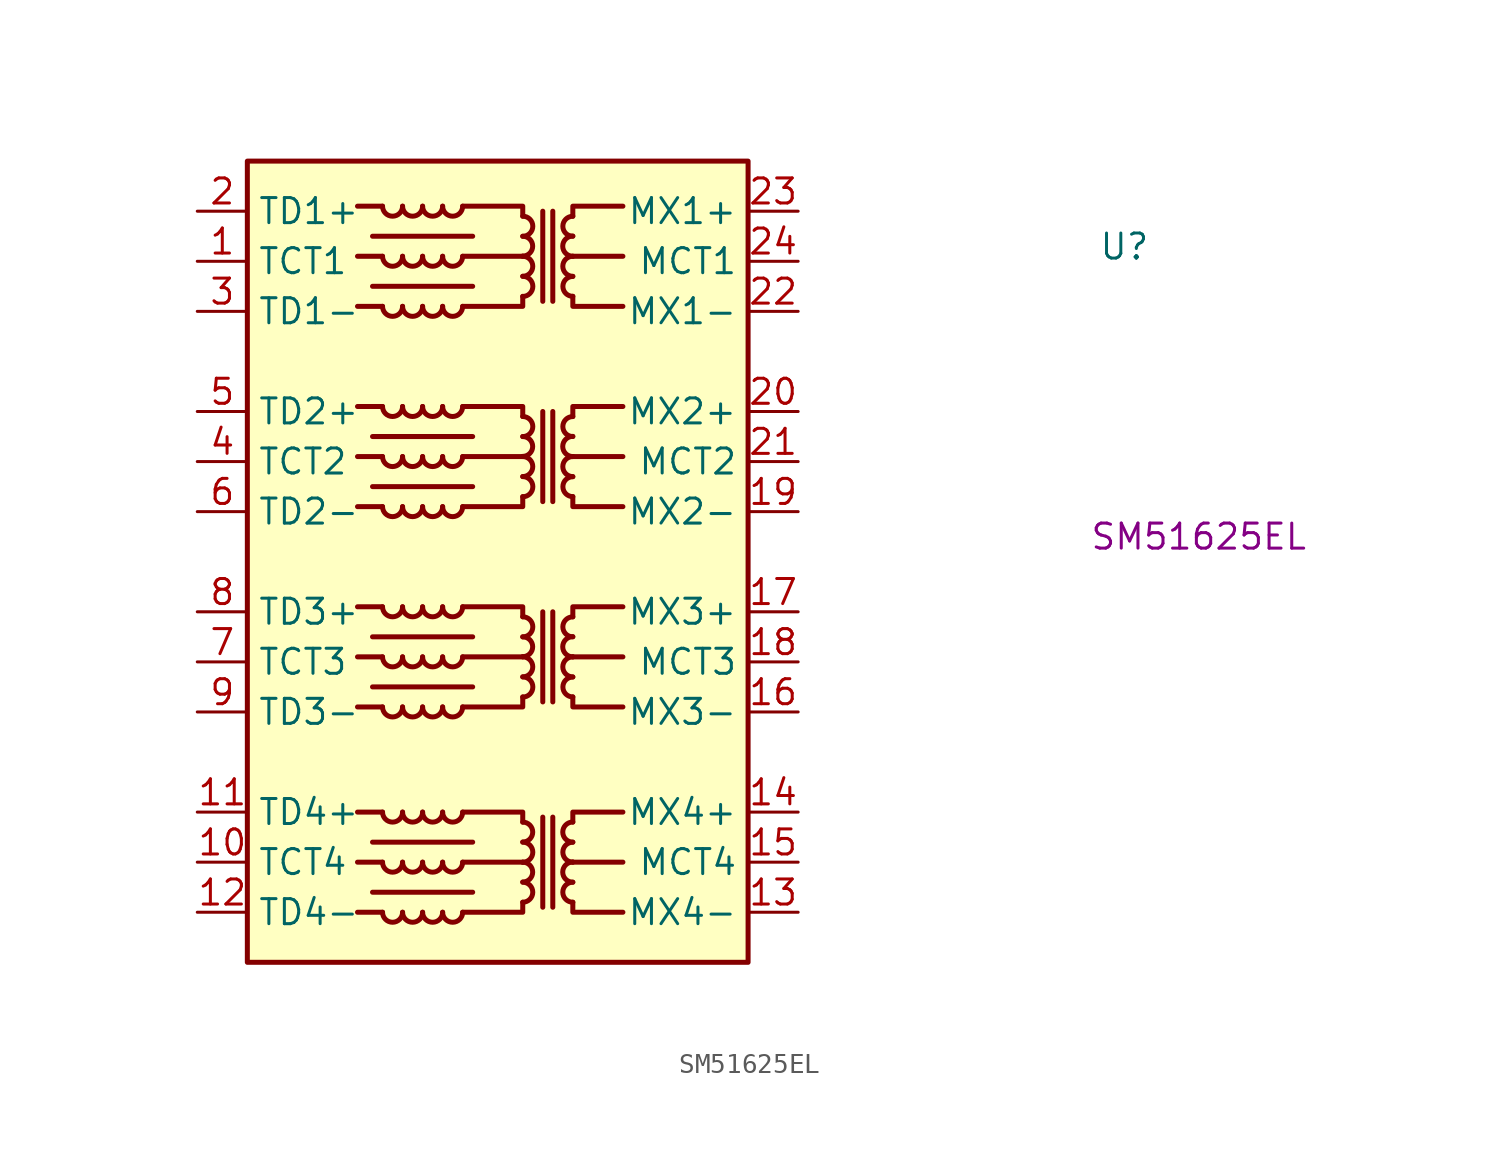
<source format=kicad_sym>
(kicad_symbol_lib
  (version 20220914)
  (generator kicad_symbol_editor)
  (symbol "SM51625EL"
    (property "Reference" "U"
      (at 45.72 -2.54 0)
      (effects (font (size 1.27 1.27) (thickness 0.15)) (justify left bottom)))
    (property "MPN" "SM51625EL"
      (at 50.8 -16.51 0)
      (effects (font (size 1.27 1.27))))
    (symbol "SM51625EL_1_1"
      (polyline (pts (xy 8.89 -34.544) (xy 13.97 -34.544)) (stroke (width 0.254) (type default)) (fill (type background)))
      (polyline (pts (xy 8.89 -32.004) (xy 13.97 -32.004)) (stroke (width 0.254) (type default)) (fill (type background)))
      (polyline (pts (xy 8.89 -24.13) (xy 13.97 -24.13)) (stroke (width 0.254) (type default)) (fill (type background)))
      (polyline (pts (xy 8.89 -21.59) (xy 13.97 -21.59)) (stroke (width 0.254) (type default)) (fill (type background)))
      (polyline (pts (xy 8.89 -13.97) (xy 13.97 -13.97)) (stroke (width 0.254) (type default)) (fill (type background)))
      (polyline (pts (xy 8.89 -11.43) (xy 13.97 -11.43)) (stroke (width 0.254) (type default)) (fill (type background)))
      (polyline (pts (xy 8.89 -3.81) (xy 13.97 -3.81)) (stroke (width 0.254) (type default)) (fill (type background)))
      (polyline (pts (xy 8.89 -1.27) (xy 13.97 -1.27)) (stroke (width 0.254) (type default)) (fill (type background)))
      (polyline (pts (xy 9.398 -35.56) (xy 8.128 -35.56)) (stroke (width 0.254) (type default)) (fill (type background)))
      (polyline (pts (xy 9.398 -33.02) (xy 8.128 -33.02)) (stroke (width 0.254) (type default)) (fill (type background)))
      (polyline (pts (xy 9.398 -30.48) (xy 8.128 -30.48)) (stroke (width 0.254) (type default)) (fill (type background)))
      (polyline (pts (xy 9.398 -25.146) (xy 8.128 -25.146)) (stroke (width 0.254) (type default)) (fill (type background)))
      (polyline (pts (xy 9.398 -22.606) (xy 8.128 -22.606)) (stroke (width 0.254) (type default)) (fill (type background)))
      (polyline (pts (xy 9.398 -20.066) (xy 8.128 -20.066)) (stroke (width 0.254) (type default)) (fill (type background)))
      (polyline (pts (xy 9.398 -14.986) (xy 8.128 -14.986)) (stroke (width 0.254) (type default)) (fill (type background)))
      (polyline (pts (xy 9.398 -12.446) (xy 8.128 -12.446)) (stroke (width 0.254) (type default)) (fill (type background)))
      (polyline (pts (xy 9.398 -9.906) (xy 8.128 -9.906)) (stroke (width 0.254) (type default)) (fill (type background)))
      (polyline (pts (xy 9.398 -4.826) (xy 8.128 -4.826)) (stroke (width 0.254) (type default)) (fill (type background)))
      (polyline (pts (xy 9.398 -2.286) (xy 8.128 -2.286)) (stroke (width 0.254) (type default)) (fill (type background)))
      (polyline (pts (xy 9.398 0.254) (xy 8.128 0.254)) (stroke (width 0.254) (type default)) (fill (type background)))
      (polyline (pts (xy 13.462 -33.02) (xy 16.51 -33.02)) (stroke (width 0.254) (type default)) (fill (type background)))
      (polyline (pts (xy 13.462 -22.606) (xy 16.51 -22.606)) (stroke (width 0.254) (type default)) (fill (type background)))
      (polyline (pts (xy 13.462 -12.446) (xy 16.51 -12.446)) (stroke (width 0.254) (type default)) (fill (type background)))
      (polyline (pts (xy 13.462 -2.286) (xy 16.51 -2.286)) (stroke (width 0.254) (type default)) (fill (type background)))
      (polyline (pts (xy 17.526 -30.734) (xy 17.526 -35.306)) (stroke (width 0.254) (type default)) (fill (type background)))
      (polyline (pts (xy 17.526 -20.32) (xy 17.526 -24.892)) (stroke (width 0.254) (type default)) (fill (type background)))
      (polyline (pts (xy 17.526 -10.16) (xy 17.526 -14.732)) (stroke (width 0.254) (type default)) (fill (type background)))
      (polyline (pts (xy 17.526 0) (xy 17.526 -4.572)) (stroke (width 0.254) (type default)) (fill (type background)))
      (polyline (pts (xy 18.034 -30.734) (xy 18.034 -35.306)) (stroke (width 0.254) (type default)) (fill (type background)))
      (polyline (pts (xy 18.034 -20.32) (xy 18.034 -24.892)) (stroke (width 0.254) (type default)) (fill (type background)))
      (polyline (pts (xy 18.034 -10.16) (xy 18.034 -14.732)) (stroke (width 0.254) (type default)) (fill (type background)))
      (polyline (pts (xy 18.034 0) (xy 18.034 -4.572)) (stroke (width 0.254) (type default)) (fill (type background)))
      (polyline (pts (xy 19.05 -33.02) (xy 21.59 -33.02)) (stroke (width 0.254) (type default)) (fill (type background)))
      (polyline (pts (xy 19.05 -22.606) (xy 21.59 -22.606)) (stroke (width 0.254) (type default)) (fill (type background)))
      (polyline (pts (xy 19.05 -12.446) (xy 21.59 -12.446)) (stroke (width 0.254) (type default)) (fill (type background)))
      (polyline (pts (xy 19.05 -2.286) (xy 21.59 -2.286)) (stroke (width 0.254) (type default)) (fill (type background)))
      (polyline (pts (xy 13.462 -35.56) (xy 16.51 -35.56) (xy 16.51 -35.052)) (stroke (width 0.254) (type default)) (fill (type background)))
      (polyline (pts (xy 13.462 -30.48) (xy 16.51 -30.48) (xy 16.51 -30.988)) (stroke (width 0.254) (type default)) (fill (type background)))
      (polyline (pts (xy 13.462 -25.146) (xy 16.51 -25.146) (xy 16.51 -24.638)) (stroke (width 0.254) (type default)) (fill (type background)))
      (polyline (pts (xy 13.462 -20.066) (xy 16.51 -20.066) (xy 16.51 -20.574)) (stroke (width 0.254) (type default)) (fill (type background)))
      (polyline (pts (xy 13.462 -14.986) (xy 16.51 -14.986) (xy 16.51 -14.478)) (stroke (width 0.254) (type default)) (fill (type background)))
      (polyline (pts (xy 13.462 -9.906) (xy 16.51 -9.906) (xy 16.51 -10.414)) (stroke (width 0.254) (type default)) (fill (type background)))
      (polyline (pts (xy 13.462 -4.826) (xy 16.51 -4.826) (xy 16.51 -4.318)) (stroke (width 0.254) (type default)) (fill (type background)))
      (polyline (pts (xy 13.462 0.254) (xy 16.51 0.254) (xy 16.51 -0.254)) (stroke (width 0.254) (type default)) (fill (type background)))
      (polyline (pts (xy 21.59 -35.56) (xy 19.05 -35.56) (xy 19.05 -35.052)) (stroke (width 0.254) (type default)) (fill (type background)))
      (polyline (pts (xy 21.59 -30.48) (xy 19.05 -30.48) (xy 19.05 -30.988)) (stroke (width 0.254) (type default)) (fill (type background)))
      (polyline (pts (xy 21.59 -25.146) (xy 19.05 -25.146) (xy 19.05 -24.638)) (stroke (width 0.254) (type default)) (fill (type background)))
      (polyline (pts (xy 21.59 -20.066) (xy 19.05 -20.066) (xy 19.05 -20.574)) (stroke (width 0.254) (type default)) (fill (type background)))
      (polyline (pts (xy 21.59 -14.986) (xy 19.05 -14.986) (xy 19.05 -14.478)) (stroke (width 0.254) (type default)) (fill (type background)))
      (polyline (pts (xy 21.59 -9.906) (xy 19.05 -9.906) (xy 19.05 -10.414)) (stroke (width 0.254) (type default)) (fill (type background)))
      (polyline (pts (xy 21.59 -4.826) (xy 19.05 -4.826) (xy 19.05 -4.318)) (stroke (width 0.254) (type default)) (fill (type background)))
      (polyline (pts (xy 21.59 0.254) (xy 19.05 0.254) (xy 19.05 -0.254)) (stroke (width 0.254) (type default)) (fill (type background)))
      (rectangle (start 2.54 2.54) (end 27.94 -38.1) (stroke (width 0.254) (type default)) (fill (type background)))
      (arc (start 9.398 -35.56) (mid 9.906 -36.0658) (end 10.414 -35.56) (stroke (width 0.254) (type default)) (fill (type background)))
      (arc (start 9.398 -33.02) (mid 9.906 -33.5258) (end 10.414 -33.02) (stroke (width 0.254) (type default)) (fill (type background)))
      (arc (start 9.398 -30.48) (mid 9.906 -30.9858) (end 10.414 -30.48) (stroke (width 0.254) (type default)) (fill (type background)))
      (arc (start 9.398 -25.146) (mid 9.906 -25.6518) (end 10.414 -25.146) (stroke (width 0.254) (type default)) (fill (type background)))
      (arc (start 9.398 -22.606) (mid 9.906 -23.1118) (end 10.414 -22.606) (stroke (width 0.254) (type default)) (fill (type background)))
      (arc (start 9.398 -20.066) (mid 9.906 -20.5718) (end 10.414 -20.066) (stroke (width 0.254) (type default)) (fill (type background)))
      (arc (start 9.398 -14.986) (mid 9.906 -15.4918) (end 10.414 -14.986) (stroke (width 0.254) (type default)) (fill (type background)))
      (arc (start 9.398 -12.446) (mid 9.906 -12.9518) (end 10.414 -12.446) (stroke (width 0.254) (type default)) (fill (type background)))
      (arc (start 9.398 -9.906) (mid 9.906 -10.4118) (end 10.414 -9.906) (stroke (width 0.254) (type default)) (fill (type background)))
      (arc (start 9.398 -4.826) (mid 9.906 -5.3318) (end 10.414 -4.826) (stroke (width 0.254) (type default)) (fill (type background)))
      (arc (start 9.398 -2.286) (mid 9.906 -2.7918) (end 10.414 -2.286) (stroke (width 0.254) (type default)) (fill (type background)))
      (arc (start 9.398 0.254) (mid 9.906 -0.2518) (end 10.414 0.254) (stroke (width 0.254) (type default)) (fill (type background)))
      (arc (start 10.414 -35.56) (mid 10.922 -36.0658) (end 11.43 -35.56) (stroke (width 0.254) (type default)) (fill (type background)))
      (arc (start 10.414 -33.02) (mid 10.922 -33.5258) (end 11.43 -33.02) (stroke (width 0.254) (type default)) (fill (type background)))
      (arc (start 10.414 -30.48) (mid 10.922 -30.9858) (end 11.43 -30.48) (stroke (width 0.254) (type default)) (fill (type background)))
      (arc (start 10.414 -25.146) (mid 10.922 -25.6518) (end 11.43 -25.146) (stroke (width 0.254) (type default)) (fill (type background)))
      (arc (start 10.414 -22.606) (mid 10.922 -23.1118) (end 11.43 -22.606) (stroke (width 0.254) (type default)) (fill (type background)))
      (arc (start 10.414 -20.066) (mid 10.922 -20.5718) (end 11.43 -20.066) (stroke (width 0.254) (type default)) (fill (type background)))
      (arc (start 10.414 -14.986) (mid 10.922 -15.4918) (end 11.43 -14.986) (stroke (width 0.254) (type default)) (fill (type background)))
      (arc (start 10.414 -12.446) (mid 10.922 -12.9518) (end 11.43 -12.446) (stroke (width 0.254) (type default)) (fill (type background)))
      (arc (start 10.414 -9.906) (mid 10.922 -10.4118) (end 11.43 -9.906) (stroke (width 0.254) (type default)) (fill (type background)))
      (arc (start 10.414 -4.826) (mid 10.922 -5.3318) (end 11.43 -4.826) (stroke (width 0.254) (type default)) (fill (type background)))
      (arc (start 10.414 -2.286) (mid 10.922 -2.7918) (end 11.43 -2.286) (stroke (width 0.254) (type default)) (fill (type background)))
      (arc (start 10.414 0.254) (mid 10.922 -0.2518) (end 11.43 0.254) (stroke (width 0.254) (type default)) (fill (type background)))
      (arc (start 11.43 -35.56) (mid 11.938 -36.0658) (end 12.446 -35.56) (stroke (width 0.254) (type default)) (fill (type background)))
      (arc (start 11.43 -33.02) (mid 11.938 -33.5258) (end 12.446 -33.02) (stroke (width 0.254) (type default)) (fill (type background)))
      (arc (start 11.43 -30.48) (mid 11.938 -30.9858) (end 12.446 -30.48) (stroke (width 0.254) (type default)) (fill (type background)))
      (arc (start 11.43 -25.146) (mid 11.938 -25.6518) (end 12.446 -25.146) (stroke (width 0.254) (type default)) (fill (type background)))
      (arc (start 11.43 -22.606) (mid 11.938 -23.1118) (end 12.446 -22.606) (stroke (width 0.254) (type default)) (fill (type background)))
      (arc (start 11.43 -20.066) (mid 11.938 -20.5718) (end 12.446 -20.066) (stroke (width 0.254) (type default)) (fill (type background)))
      (arc (start 11.43 -14.986) (mid 11.938 -15.4918) (end 12.446 -14.986) (stroke (width 0.254) (type default)) (fill (type background)))
      (arc (start 11.43 -12.446) (mid 11.938 -12.9518) (end 12.446 -12.446) (stroke (width 0.254) (type default)) (fill (type background)))
      (arc (start 11.43 -9.906) (mid 11.938 -10.4118) (end 12.446 -9.906) (stroke (width 0.254) (type default)) (fill (type background)))
      (arc (start 11.43 -4.826) (mid 11.938 -5.3318) (end 12.446 -4.826) (stroke (width 0.254) (type default)) (fill (type background)))
      (arc (start 11.43 -2.286) (mid 11.938 -2.7918) (end 12.446 -2.286) (stroke (width 0.254) (type default)) (fill (type background)))
      (arc (start 11.43 0.254) (mid 11.938 -0.2518) (end 12.446 0.254) (stroke (width 0.254) (type default)) (fill (type background)))
      (arc (start 12.446 -35.56) (mid 12.954 -36.0658) (end 13.462 -35.56) (stroke (width 0.254) (type default)) (fill (type background)))
      (arc (start 12.446 -33.02) (mid 12.954 -33.5258) (end 13.462 -33.02) (stroke (width 0.254) (type default)) (fill (type background)))
      (arc (start 12.446 -30.48) (mid 12.954 -30.9858) (end 13.462 -30.48) (stroke (width 0.254) (type default)) (fill (type background)))
      (arc (start 12.446 -25.146) (mid 12.954 -25.6518) (end 13.462 -25.146) (stroke (width 0.254) (type default)) (fill (type background)))
      (arc (start 12.446 -22.606) (mid 12.954 -23.1118) (end 13.462 -22.606) (stroke (width 0.254) (type default)) (fill (type background)))
      (arc (start 12.446 -20.066) (mid 12.954 -20.5718) (end 13.462 -20.066) (stroke (width 0.254) (type default)) (fill (type background)))
      (arc (start 12.446 -14.986) (mid 12.954 -15.4918) (end 13.462 -14.986) (stroke (width 0.254) (type default)) (fill (type background)))
      (arc (start 12.446 -12.446) (mid 12.954 -12.9518) (end 13.462 -12.446) (stroke (width 0.254) (type default)) (fill (type background)))
      (arc (start 12.446 -9.906) (mid 12.954 -10.4118) (end 13.462 -9.906) (stroke (width 0.254) (type default)) (fill (type background)))
      (arc (start 12.446 -4.826) (mid 12.954 -5.3318) (end 13.462 -4.826) (stroke (width 0.254) (type default)) (fill (type background)))
      (arc (start 12.446 -2.286) (mid 12.954 -2.7918) (end 13.462 -2.286) (stroke (width 0.254) (type default)) (fill (type background)))
      (arc (start 12.446 0.254) (mid 12.954 -0.2518) (end 13.462 0.254) (stroke (width 0.254) (type default)) (fill (type background)))
      (arc (start 16.51 -35.052) (mid 17.0158 -34.544) (end 16.51 -34.036) (stroke (width 0.254) (type default)) (fill (type background)))
      (arc (start 16.51 -34.036) (mid 17.0157 -33.528) (end 16.51 -33.02) (stroke (width 0.254) (type default)) (fill (type background)))
      (arc (start 16.51 -33.02) (mid 17.0157 -32.512) (end 16.51 -32.004) (stroke (width 0.254) (type default)) (fill (type background)))
      (arc (start 16.51 -32.004) (mid 17.0158 -31.496) (end 16.51 -30.988) (stroke (width 0.254) (type default)) (fill (type background)))
      (arc (start 16.51 -24.638) (mid 17.0157 -24.13) (end 16.51 -23.622) (stroke (width 0.254) (type default)) (fill (type background)))
      (arc (start 16.51 -23.622) (mid 17.0158 -23.114) (end 16.51 -22.606) (stroke (width 0.254) (type default)) (fill (type background)))
      (arc (start 16.51 -22.606) (mid 17.0157 -22.098) (end 16.51 -21.59) (stroke (width 0.254) (type default)) (fill (type background)))
      (arc (start 16.51 -21.59) (mid 17.0157 -21.082) (end 16.51 -20.574) (stroke (width 0.254) (type default)) (fill (type background)))
      (arc (start 16.51 -14.478) (mid 17.0157 -13.97) (end 16.51 -13.462) (stroke (width 0.254) (type default)) (fill (type background)))
      (arc (start 16.51 -13.462) (mid 17.0158 -12.954) (end 16.51 -12.446) (stroke (width 0.254) (type default)) (fill (type background)))
      (arc (start 16.51 -12.446) (mid 17.0157 -11.938) (end 16.51 -11.43) (stroke (width 0.254) (type default)) (fill (type background)))
      (arc (start 16.51 -11.43) (mid 17.0157 -10.922) (end 16.51 -10.414) (stroke (width 0.254) (type default)) (fill (type background)))
      (arc (start 16.51 -4.318) (mid 17.0157 -3.81) (end 16.51 -3.302) (stroke (width 0.254) (type default)) (fill (type background)))
      (arc (start 16.51 -3.302) (mid 17.0158 -2.794) (end 16.51 -2.286) (stroke (width 0.254) (type default)) (fill (type background)))
      (arc (start 16.51 -2.286) (mid 17.0157 -1.778) (end 16.51 -1.27) (stroke (width 0.254) (type default)) (fill (type background)))
      (arc (start 16.51 -1.27) (mid 17.0157 -0.762) (end 16.51 -0.254) (stroke (width 0.254) (type default)) (fill (type background)))
      (arc (start 19.05 -34.036) (mid 18.5442 -34.544) (end 19.05 -35.052) (stroke (width 0.254) (type default)) (fill (type background)))
      (arc (start 19.05 -33.02) (mid 18.5442 -33.528) (end 19.05 -34.036) (stroke (width 0.254) (type default)) (fill (type background)))
      (arc (start 19.05 -32.004) (mid 18.5442 -32.512) (end 19.05 -33.02) (stroke (width 0.254) (type default)) (fill (type background)))
      (arc (start 19.05 -30.988) (mid 18.5442 -31.496) (end 19.05 -32.004) (stroke (width 0.254) (type default)) (fill (type background)))
      (arc (start 19.05 -23.622) (mid 18.5442 -24.13) (end 19.05 -24.638) (stroke (width 0.254) (type default)) (fill (type background)))
      (arc (start 19.05 -22.606) (mid 18.5442 -23.114) (end 19.05 -23.622) (stroke (width 0.254) (type default)) (fill (type background)))
      (arc (start 19.05 -21.59) (mid 18.5442 -22.098) (end 19.05 -22.606) (stroke (width 0.254) (type default)) (fill (type background)))
      (arc (start 19.05 -20.574) (mid 18.5442 -21.082) (end 19.05 -21.59) (stroke (width 0.254) (type default)) (fill (type background)))
      (arc (start 19.05 -13.462) (mid 18.5442 -13.97) (end 19.05 -14.478) (stroke (width 0.254) (type default)) (fill (type background)))
      (arc (start 19.05 -12.446) (mid 18.5442 -12.954) (end 19.05 -13.462) (stroke (width 0.254) (type default)) (fill (type background)))
      (arc (start 19.05 -11.43) (mid 18.5442 -11.938) (end 19.05 -12.446) (stroke (width 0.254) (type default)) (fill (type background)))
      (arc (start 19.05 -10.414) (mid 18.5442 -10.922) (end 19.05 -11.43) (stroke (width 0.254) (type default)) (fill (type background)))
      (arc (start 19.05 -3.302) (mid 18.5442 -3.81) (end 19.05 -4.318) (stroke (width 0.254) (type default)) (fill (type background)))
      (arc (start 19.05 -2.286) (mid 18.5442 -2.794) (end 19.05 -3.302) (stroke (width 0.254) (type default)) (fill (type background)))
      (arc (start 19.05 -1.27) (mid 18.5442 -1.778) (end 19.05 -2.286) (stroke (width 0.254) (type default)) (fill (type background)))
      (arc (start 19.05 -0.254) (mid 18.5442 -0.762) (end 19.05 -1.27) (stroke (width 0.254) (type default)) (fill (type background)))
      (text "" (at 8.89 -30.48 0) (effects (font (size 1.27 1.27) (thickness 0.15)) (justify left bottom)))
      (text "" (at 8.89 -20.066 0) (effects (font (size 1.27 1.27) (thickness 0.15)) (justify left bottom)))
      (text "" (at 8.89 -9.906 0) (effects (font (size 1.27 1.27) (thickness 0.15)) (justify left bottom)))
      (text "" (at 8.89 0.254 0) (effects (font (size 1.27 1.27) (thickness 0.15)) (justify left bottom)))
      (text "" (at 10.16 -21.59 0) (effects (font (size 1.27 1.27) (thickness 0.15)) (justify left bottom)))
      (text "" (at 10.16 -20.32 0) (effects (font (size 1.27 1.27) (thickness 0.15)) (justify left bottom)))
      (text "" (at 10.16 -16.51 0) (effects (font (size 1.27 1.27) (thickness 0.15)) (justify left bottom)))
      (text "" (at 10.16 -15.24 0) (effects (font (size 1.27 1.27) (thickness 0.15)) (justify left bottom)))
      (text "" (at 10.16 -13.97 0) (effects (font (size 1.27 1.27) (thickness 0.15)) (justify left bottom)))
      (text "" (at 10.16 -11.43 0) (effects (font (size 1.27 1.27) (thickness 0.15)) (justify left bottom)))
      (text "" (at 10.16 -10.16 0) (effects (font (size 1.27 1.27) (thickness 0.15)) (justify left bottom)))
      (text "" (at 10.16 -8.89 0) (effects (font (size 1.27 1.27) (thickness 0.15)) (justify left bottom)))
      (text "" (at 10.16 -6.35 0) (effects (font (size 1.27 1.27) (thickness 0.15)) (justify left bottom)))
      (text "" (at 10.16 -5.08 0) (effects (font (size 1.27 1.27) (thickness 0.15)) (justify left bottom)))
      (text "" (at 10.16 -3.81 0) (effects (font (size 1.27 1.27) (thickness 0.15)) (justify left bottom)))
      (pin passive line (at 0 -2.54 0) (length 2.54) (name "TCT1" (effects (font (size 1.27 1.27)))) (number "1" (effects (font (size 1.27 1.27)))))
      (pin passive line (at 0 -33.02 0) (length 2.54) (name "TCT4" (effects (font (size 1.27 1.27)))) (number "10" (effects (font (size 1.27 1.27)))))
      (pin passive line (at 0 -30.48 0) (length 2.54) (name "TD4+" (effects (font (size 1.27 1.27)))) (number "11" (effects (font (size 1.27 1.27)))))
      (pin passive line (at 0 -35.56 0) (length 2.54) (name "TD4-" (effects (font (size 1.27 1.27)))) (number "12" (effects (font (size 1.27 1.27)))))
      (pin passive line (at 30.48 -35.56 180) (length 2.54) (name "MX4-" (effects (font (size 1.27 1.27)))) (number "13" (effects (font (size 1.27 1.27)))))
      (pin passive line (at 30.48 -30.48 180) (length 2.54) (name "MX4+" (effects (font (size 1.27 1.27)))) (number "14" (effects (font (size 1.27 1.27)))))
      (pin passive line (at 30.48 -33.02 180) (length 2.54) (name "MCT4" (effects (font (size 1.27 1.27)))) (number "15" (effects (font (size 1.27 1.27)))))
      (pin passive line (at 30.48 -25.4 180) (length 2.54) (name "MX3-" (effects (font (size 1.27 1.27)))) (number "16" (effects (font (size 1.27 1.27)))))
      (pin passive line (at 30.48 -20.32 180) (length 2.54) (name "MX3+" (effects (font (size 1.27 1.27)))) (number "17" (effects (font (size 1.27 1.27)))))
      (pin passive line (at 30.48 -22.86 180) (length 2.54) (name "MCT3" (effects (font (size 1.27 1.27)))) (number "18" (effects (font (size 1.27 1.27)))))
      (pin passive line (at 30.48 -15.24 180) (length 2.54) (name "MX2-" (effects (font (size 1.27 1.27)))) (number "19" (effects (font (size 1.27 1.27)))))
      (pin passive line (at 0 0 0) (length 2.54) (name "TD1+" (effects (font (size 1.27 1.27)))) (number "2" (effects (font (size 1.27 1.27)))))
      (pin passive line (at 30.48 -10.16 180) (length 2.54) (name "MX2+" (effects (font (size 1.27 1.27)))) (number "20" (effects (font (size 1.27 1.27)))))
      (pin passive line (at 30.48 -12.7 180) (length 2.54) (name "MCT2" (effects (font (size 1.27 1.27)))) (number "21" (effects (font (size 1.27 1.27)))))
      (pin passive line (at 30.48 -5.08 180) (length 2.54) (name "MX1-" (effects (font (size 1.27 1.27)))) (number "22" (effects (font (size 1.27 1.27)))))
      (pin passive line (at 30.48 0 180) (length 2.54) (name "MX1+" (effects (font (size 1.27 1.27)))) (number "23" (effects (font (size 1.27 1.27)))))
      (pin passive line (at 30.48 -2.54 180) (length 2.54) (name "MCT1" (effects (font (size 1.27 1.27)))) (number "24" (effects (font (size 1.27 1.27)))))
      (pin passive line (at 0 -5.08 0) (length 2.54) (name "TD1-" (effects (font (size 1.27 1.27)))) (number "3" (effects (font (size 1.27 1.27)))))
      (pin passive line (at 0 -12.7 0) (length 2.54) (name "TCT2" (effects (font (size 1.27 1.27)))) (number "4" (effects (font (size 1.27 1.27)))))
      (pin passive line (at 0 -10.16 0) (length 2.54) (name "TD2+" (effects (font (size 1.27 1.27)))) (number "5" (effects (font (size 1.27 1.27)))))
      (pin passive line (at 0 -15.24 0) (length 2.54) (name "TD2-" (effects (font (size 1.27 1.27)))) (number "6" (effects (font (size 1.27 1.27)))))
      (pin passive line (at 0 -22.86 0) (length 2.54) (name "TCT3" (effects (font (size 1.27 1.27)))) (number "7" (effects (font (size 1.27 1.27)))))
      (pin passive line (at 0 -20.32 0) (length 2.54) (name "TD3+" (effects (font (size 1.27 1.27)))) (number "8" (effects (font (size 1.27 1.27)))))
      (pin passive line (at 0 -25.4 0) (length 2.54) (name "TD3-" (effects (font (size 1.27 1.27)))) (number "9" (effects (font (size 1.27 1.27))))))))
</source>
